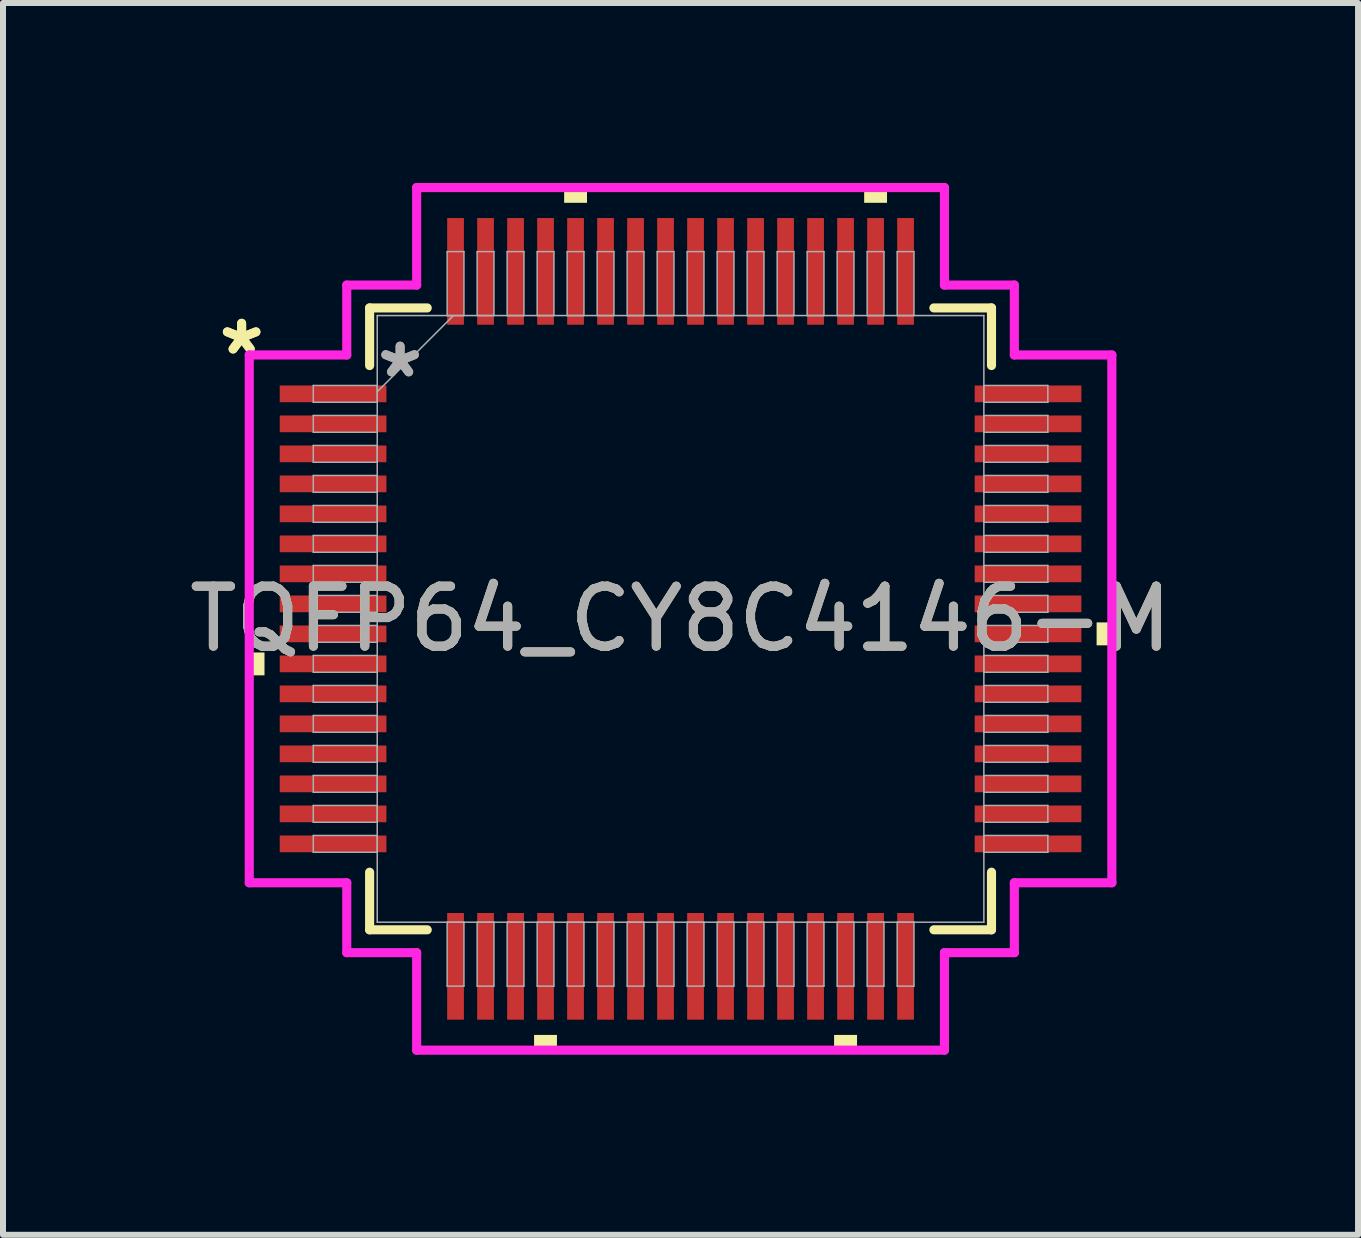
<source format=kicad_pcb>
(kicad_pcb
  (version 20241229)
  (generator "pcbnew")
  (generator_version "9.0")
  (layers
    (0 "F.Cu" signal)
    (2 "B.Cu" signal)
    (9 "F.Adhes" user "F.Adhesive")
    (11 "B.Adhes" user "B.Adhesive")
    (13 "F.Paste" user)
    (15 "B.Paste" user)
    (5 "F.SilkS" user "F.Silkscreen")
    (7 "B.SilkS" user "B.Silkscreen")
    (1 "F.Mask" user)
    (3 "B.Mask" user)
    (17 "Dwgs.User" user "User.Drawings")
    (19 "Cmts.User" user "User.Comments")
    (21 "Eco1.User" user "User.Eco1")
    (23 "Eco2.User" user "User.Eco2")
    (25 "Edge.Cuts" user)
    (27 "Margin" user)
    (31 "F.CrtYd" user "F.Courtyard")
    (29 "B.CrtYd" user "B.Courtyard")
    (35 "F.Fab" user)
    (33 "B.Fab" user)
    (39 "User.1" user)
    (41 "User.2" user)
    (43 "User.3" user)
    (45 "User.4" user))
  (footprint "TQFP64_CY8C4146-M"
    (layer "F.Cu")
    (at 8.292 7.264)
    (property "Reference" "TQFP64_CY8C4146-M" (at 0 0 0) (unlocked yes) (layer "F.SilkS") (effects (font (size 1 1) (thickness 0.15))))
    (attr smd)
    (fp_line (start -5.182 -5.182) (end -5.182 -4.222) (stroke (width 0.152) (type solid)) (layer "F.SilkS"))
    (fp_line (start -5.182 4.222) (end -5.182 5.182) (stroke (width 0.152) (type solid)) (layer "F.SilkS"))
    (fp_line (start -5.182 5.182) (end -4.222 5.182) (stroke (width 0.152) (type solid)) (layer "F.SilkS"))
    (fp_line (start -4.222 -5.182) (end -5.182 -5.182) (stroke (width 0.152) (type solid)) (layer "F.SilkS"))
    (fp_line (start 4.222 5.182) (end 5.182 5.182) (stroke (width 0.152) (type solid)) (layer "F.SilkS"))
    (fp_line (start 5.182 -5.182) (end 4.222 -5.182) (stroke (width 0.152) (type solid)) (layer "F.SilkS"))
    (fp_line (start 5.182 -4.222) (end 5.182 -5.182) (stroke (width 0.152) (type solid)) (layer "F.SilkS"))
    (fp_line (start 5.182 5.182) (end 5.182 4.222) (stroke (width 0.152) (type solid)) (layer "F.SilkS"))
    (fp_poly (pts (xy -7.188 0.56) (xy -7.188 0.941) (xy -6.934 0.941) (xy -6.934 0.56)) (stroke (width 0) (type solid)) (fill yes) (layer "F.SilkS"))
    (fp_poly (pts (xy -2.441 6.934) (xy -2.441 7.188) (xy -2.06 7.188) (xy -2.06 6.934)) (stroke (width 0) (type solid)) (fill yes) (layer "F.SilkS"))
    (fp_poly (pts (xy -1.94 -6.934) (xy -1.94 -7.188) (xy -1.559 -7.188) (xy -1.559 -6.934)) (stroke (width 0) (type solid)) (fill yes) (layer "F.SilkS"))
    (fp_poly (pts (xy 2.559 6.934) (xy 2.559 7.188) (xy 2.941 7.188) (xy 2.941 6.934)) (stroke (width 0) (type solid)) (fill yes) (layer "F.SilkS"))
    (fp_poly (pts (xy 3.06 -6.934) (xy 3.06 -7.188) (xy 3.441 -7.188) (xy 3.441 -6.934)) (stroke (width 0) (type solid)) (fill yes) (layer "F.SilkS"))
    (fp_poly (pts (xy 7.188 0.059) (xy 7.188 0.441) (xy 6.934 0.441) (xy 6.934 0.059)) (stroke (width 0) (type solid)) (fill yes) (layer "F.SilkS"))
    (fp_line (start -7.188 -4.398) (end -5.563 -4.398) (stroke (width 0.152) (type solid)) (layer "F.CrtYd"))
    (fp_line (start -7.188 4.398) (end -7.188 -4.398) (stroke (width 0.152) (type solid)) (layer "F.CrtYd"))
    (fp_line (start -5.563 -5.563) (end -4.398 -5.563) (stroke (width 0.152) (type solid)) (layer "F.CrtYd"))
    (fp_line (start -5.563 -4.398) (end -5.563 -5.563) (stroke (width 0.152) (type solid)) (layer "F.CrtYd"))
    (fp_line (start -5.563 4.398) (end -7.188 4.398) (stroke (width 0.152) (type solid)) (layer "F.CrtYd"))
    (fp_line (start -5.563 5.563) (end -5.563 4.398) (stroke (width 0.152) (type solid)) (layer "F.CrtYd"))
    (fp_line (start -5.563 5.563) (end -4.398 5.563) (stroke (width 0.152) (type solid)) (layer "F.CrtYd"))
    (fp_line (start -4.398 -7.188) (end 4.398 -7.188) (stroke (width 0.152) (type solid)) (layer "F.CrtYd"))
    (fp_line (start -4.398 -5.563) (end -4.398 -7.188) (stroke (width 0.152) (type solid)) (layer "F.CrtYd"))
    (fp_line (start -4.398 5.563) (end -4.398 7.188) (stroke (width 0.152) (type solid)) (layer "F.CrtYd"))
    (fp_line (start -4.398 7.188) (end 4.398 7.188) (stroke (width 0.152) (type solid)) (layer "F.CrtYd"))
    (fp_line (start 4.398 -7.188) (end 4.398 -5.563) (stroke (width 0.152) (type solid)) (layer "F.CrtYd"))
    (fp_line (start 4.398 -5.563) (end 5.563 -5.563) (stroke (width 0.152) (type solid)) (layer "F.CrtYd"))
    (fp_line (start 4.398 5.563) (end 5.563 5.563) (stroke (width 0.152) (type solid)) (layer "F.CrtYd"))
    (fp_line (start 4.398 7.188) (end 4.398 5.563) (stroke (width 0.152) (type solid)) (layer "F.CrtYd"))
    (fp_line (start 5.563 -4.398) (end 5.563 -5.563) (stroke (width 0.152) (type solid)) (layer "F.CrtYd"))
    (fp_line (start 5.563 4.398) (end 7.188 4.398) (stroke (width 0.152) (type solid)) (layer "F.CrtYd"))
    (fp_line (start 5.563 5.563) (end 5.563 4.398) (stroke (width 0.152) (type solid)) (layer "F.CrtYd"))
    (fp_line (start 7.188 -4.398) (end 5.563 -4.398) (stroke (width 0.152) (type solid)) (layer "F.CrtYd"))
    (fp_line (start 7.188 4.398) (end 7.188 -4.398) (stroke (width 0.152) (type solid)) (layer "F.CrtYd"))
    (fp_line (start -6.121 -3.89) (end -6.121 -3.61) (stroke (width 0.025) (type solid)) (layer "F.Fab"))
    (fp_line (start -6.121 -3.61) (end -5.055 -3.61) (stroke (width 0.025) (type solid)) (layer "F.Fab"))
    (fp_line (start -6.121 -3.39) (end -6.121 -3.11) (stroke (width 0.025) (type solid)) (layer "F.Fab"))
    (fp_line (start -6.121 -3.11) (end -5.055 -3.11) (stroke (width 0.025) (type solid)) (layer "F.Fab"))
    (fp_line (start -6.121 -2.89) (end -6.121 -2.61) (stroke (width 0.025) (type solid)) (layer "F.Fab"))
    (fp_line (start -6.121 -2.61) (end -5.055 -2.61) (stroke (width 0.025) (type solid)) (layer "F.Fab"))
    (fp_line (start -6.121 -2.39) (end -6.121 -2.11) (stroke (width 0.025) (type solid)) (layer "F.Fab"))
    (fp_line (start -6.121 -2.11) (end -5.055 -2.11) (stroke (width 0.025) (type solid)) (layer "F.Fab"))
    (fp_line (start -6.121 -1.89) (end -6.121 -1.61) (stroke (width 0.025) (type solid)) (layer "F.Fab"))
    (fp_line (start -6.121 -1.61) (end -5.055 -1.61) (stroke (width 0.025) (type solid)) (layer "F.Fab"))
    (fp_line (start -6.121 -1.39) (end -6.121 -1.11) (stroke (width 0.025) (type solid)) (layer "F.Fab"))
    (fp_line (start -6.121 -1.11) (end -5.055 -1.11) (stroke (width 0.025) (type solid)) (layer "F.Fab"))
    (fp_line (start -6.121 -0.89) (end -6.121 -0.61) (stroke (width 0.025) (type solid)) (layer "F.Fab"))
    (fp_line (start -6.121 -0.61) (end -5.055 -0.61) (stroke (width 0.025) (type solid)) (layer "F.Fab"))
    (fp_line (start -6.121 -0.39) (end -6.121 -0.11) (stroke (width 0.025) (type solid)) (layer "F.Fab"))
    (fp_line (start -6.121 -0.11) (end -5.055 -0.11) (stroke (width 0.025) (type solid)) (layer "F.Fab"))
    (fp_line (start -6.121 0.11) (end -6.121 0.39) (stroke (width 0.025) (type solid)) (layer "F.Fab"))
    (fp_line (start -6.121 0.39) (end -5.055 0.39) (stroke (width 0.025) (type solid)) (layer "F.Fab"))
    (fp_line (start -6.121 0.61) (end -6.121 0.89) (stroke (width 0.025) (type solid)) (layer "F.Fab"))
    (fp_line (start -6.121 0.89) (end -5.055 0.89) (stroke (width 0.025) (type solid)) (layer "F.Fab"))
    (fp_line (start -6.121 1.11) (end -6.121 1.39) (stroke (width 0.025) (type solid)) (layer "F.Fab"))
    (fp_line (start -6.121 1.39) (end -5.055 1.39) (stroke (width 0.025) (type solid)) (layer "F.Fab"))
    (fp_line (start -6.121 1.61) (end -6.121 1.89) (stroke (width 0.025) (type solid)) (layer "F.Fab"))
    (fp_line (start -6.121 1.89) (end -5.055 1.89) (stroke (width 0.025) (type solid)) (layer "F.Fab"))
    (fp_line (start -6.121 2.11) (end -6.121 2.39) (stroke (width 0.025) (type solid)) (layer "F.Fab"))
    (fp_line (start -6.121 2.39) (end -5.055 2.39) (stroke (width 0.025) (type solid)) (layer "F.Fab"))
    (fp_line (start -6.121 2.61) (end -6.121 2.89) (stroke (width 0.025) (type solid)) (layer "F.Fab"))
    (fp_line (start -6.121 2.89) (end -5.055 2.89) (stroke (width 0.025) (type solid)) (layer "F.Fab"))
    (fp_line (start -6.121 3.11) (end -6.121 3.39) (stroke (width 0.025) (type solid)) (layer "F.Fab"))
    (fp_line (start -6.121 3.39) (end -5.055 3.39) (stroke (width 0.025) (type solid)) (layer "F.Fab"))
    (fp_line (start -6.121 3.61) (end -6.121 3.89) (stroke (width 0.025) (type solid)) (layer "F.Fab"))
    (fp_line (start -6.121 3.89) (end -5.055 3.89) (stroke (width 0.025) (type solid)) (layer "F.Fab"))
    (fp_line (start -5.055 -5.055) (end -5.055 5.055) (stroke (width 0.025) (type solid)) (layer "F.Fab"))
    (fp_line (start -5.055 -3.89) (end -6.121 -3.89) (stroke (width 0.025) (type solid)) (layer "F.Fab"))
    (fp_line (start -5.055 -3.785) (end -3.785 -5.055) (stroke (width 0.025) (type solid)) (layer "F.Fab"))
    (fp_line (start -5.055 -3.61) (end -5.055 -3.89) (stroke (width 0.025) (type solid)) (layer "F.Fab"))
    (fp_line (start -5.055 -3.39) (end -6.121 -3.39) (stroke (width 0.025) (type solid)) (layer "F.Fab"))
    (fp_line (start -5.055 -3.11) (end -5.055 -3.39) (stroke (width 0.025) (type solid)) (layer "F.Fab"))
    (fp_line (start -5.055 -2.89) (end -6.121 -2.89) (stroke (width 0.025) (type solid)) (layer "F.Fab"))
    (fp_line (start -5.055 -2.61) (end -5.055 -2.89) (stroke (width 0.025) (type solid)) (layer "F.Fab"))
    (fp_line (start -5.055 -2.39) (end -6.121 -2.39) (stroke (width 0.025) (type solid)) (layer "F.Fab"))
    (fp_line (start -5.055 -2.11) (end -5.055 -2.39) (stroke (width 0.025) (type solid)) (layer "F.Fab"))
    (fp_line (start -5.055 -1.89) (end -6.121 -1.89) (stroke (width 0.025) (type solid)) (layer "F.Fab"))
    (fp_line (start -5.055 -1.61) (end -5.055 -1.89) (stroke (width 0.025) (type solid)) (layer "F.Fab"))
    (fp_line (start -5.055 -1.39) (end -6.121 -1.39) (stroke (width 0.025) (type solid)) (layer "F.Fab"))
    (fp_line (start -5.055 -1.11) (end -5.055 -1.39) (stroke (width 0.025) (type solid)) (layer "F.Fab"))
    (fp_line (start -5.055 -0.89) (end -6.121 -0.89) (stroke (width 0.025) (type solid)) (layer "F.Fab"))
    (fp_line (start -5.055 -0.61) (end -5.055 -0.89) (stroke (width 0.025) (type solid)) (layer "F.Fab"))
    (fp_line (start -5.055 -0.39) (end -6.121 -0.39) (stroke (width 0.025) (type solid)) (layer "F.Fab"))
    (fp_line (start -5.055 -0.11) (end -5.055 -0.39) (stroke (width 0.025) (type solid)) (layer "F.Fab"))
    (fp_line (start -5.055 0.11) (end -6.121 0.11) (stroke (width 0.025) (type solid)) (layer "F.Fab"))
    (fp_line (start -5.055 0.39) (end -5.055 0.11) (stroke (width 0.025) (type solid)) (layer "F.Fab"))
    (fp_line (start -5.055 0.61) (end -6.121 0.61) (stroke (width 0.025) (type solid)) (layer "F.Fab"))
    (fp_line (start -5.055 0.89) (end -5.055 0.61) (stroke (width 0.025) (type solid)) (layer "F.Fab"))
    (fp_line (start -5.055 1.11) (end -6.121 1.11) (stroke (width 0.025) (type solid)) (layer "F.Fab"))
    (fp_line (start -5.055 1.39) (end -5.055 1.11) (stroke (width 0.025) (type solid)) (layer "F.Fab"))
    (fp_line (start -5.055 1.61) (end -6.121 1.61) (stroke (width 0.025) (type solid)) (layer "F.Fab"))
    (fp_line (start -5.055 1.89) (end -5.055 1.61) (stroke (width 0.025) (type solid)) (layer "F.Fab"))
    (fp_line (start -5.055 2.11) (end -6.121 2.11) (stroke (width 0.025) (type solid)) (layer "F.Fab"))
    (fp_line (start -5.055 2.39) (end -5.055 2.11) (stroke (width 0.025) (type solid)) (layer "F.Fab"))
    (fp_line (start -5.055 2.61) (end -6.121 2.61) (stroke (width 0.025) (type solid)) (layer "F.Fab"))
    (fp_line (start -5.055 2.89) (end -5.055 2.61) (stroke (width 0.025) (type solid)) (layer "F.Fab"))
    (fp_line (start -5.055 3.11) (end -6.121 3.11) (stroke (width 0.025) (type solid)) (layer "F.Fab"))
    (fp_line (start -5.055 3.39) (end -5.055 3.11) (stroke (width 0.025) (type solid)) (layer "F.Fab"))
    (fp_line (start -5.055 3.61) (end -6.121 3.61) (stroke (width 0.025) (type solid)) (layer "F.Fab"))
    (fp_line (start -5.055 3.89) (end -5.055 3.61) (stroke (width 0.025) (type solid)) (layer "F.Fab"))
    (fp_line (start -5.055 5.055) (end 5.055 5.055) (stroke (width 0.025) (type solid)) (layer "F.Fab"))
    (fp_line (start -3.89 -6.121) (end -3.89 -5.055) (stroke (width 0.025) (type solid)) (layer "F.Fab"))
    (fp_line (start -3.89 -5.055) (end -3.61 -5.055) (stroke (width 0.025) (type solid)) (layer "F.Fab"))
    (fp_line (start -3.89 5.055) (end -3.89 6.121) (stroke (width 0.025) (type solid)) (layer "F.Fab"))
    (fp_line (start -3.89 6.121) (end -3.61 6.121) (stroke (width 0.025) (type solid)) (layer "F.Fab"))
    (fp_line (start -3.61 -6.121) (end -3.89 -6.121) (stroke (width 0.025) (type solid)) (layer "F.Fab"))
    (fp_line (start -3.61 -5.055) (end -3.61 -6.121) (stroke (width 0.025) (type solid)) (layer "F.Fab"))
    (fp_line (start -3.61 5.055) (end -3.89 5.055) (stroke (width 0.025) (type solid)) (layer "F.Fab"))
    (fp_line (start -3.61 6.121) (end -3.61 5.055) (stroke (width 0.025) (type solid)) (layer "F.Fab"))
    (fp_line (start -3.39 -6.121) (end -3.39 -5.055) (stroke (width 0.025) (type solid)) (layer "F.Fab"))
    (fp_line (start -3.39 -5.055) (end -3.11 -5.055) (stroke (width 0.025) (type solid)) (layer "F.Fab"))
    (fp_line (start -3.39 5.055) (end -3.39 6.121) (stroke (width 0.025) (type solid)) (layer "F.Fab"))
    (fp_line (start -3.39 6.121) (end -3.11 6.121) (stroke (width 0.025) (type solid)) (layer "F.Fab"))
    (fp_line (start -3.11 -6.121) (end -3.39 -6.121) (stroke (width 0.025) (type solid)) (layer "F.Fab"))
    (fp_line (start -3.11 -5.055) (end -3.11 -6.121) (stroke (width 0.025) (type solid)) (layer "F.Fab"))
    (fp_line (start -3.11 5.055) (end -3.39 5.055) (stroke (width 0.025) (type solid)) (layer "F.Fab"))
    (fp_line (start -3.11 6.121) (end -3.11 5.055) (stroke (width 0.025) (type solid)) (layer "F.Fab"))
    (fp_line (start -2.89 -6.121) (end -2.89 -5.055) (stroke (width 0.025) (type solid)) (layer "F.Fab"))
    (fp_line (start -2.89 -5.055) (end -2.61 -5.055) (stroke (width 0.025) (type solid)) (layer "F.Fab"))
    (fp_line (start -2.89 5.055) (end -2.89 6.121) (stroke (width 0.025) (type solid)) (layer "F.Fab"))
    (fp_line (start -2.89 6.121) (end -2.61 6.121) (stroke (width 0.025) (type solid)) (layer "F.Fab"))
    (fp_line (start -2.61 -6.121) (end -2.89 -6.121) (stroke (width 0.025) (type solid)) (layer "F.Fab"))
    (fp_line (start -2.61 -5.055) (end -2.61 -6.121) (stroke (width 0.025) (type solid)) (layer "F.Fab"))
    (fp_line (start -2.61 5.055) (end -2.89 5.055) (stroke (width 0.025) (type solid)) (layer "F.Fab"))
    (fp_line (start -2.61 6.121) (end -2.61 5.055) (stroke (width 0.025) (type solid)) (layer "F.Fab"))
    (fp_line (start -2.39 -6.121) (end -2.39 -5.055) (stroke (width 0.025) (type solid)) (layer "F.Fab"))
    (fp_line (start -2.39 -5.055) (end -2.11 -5.055) (stroke (width 0.025) (type solid)) (layer "F.Fab"))
    (fp_line (start -2.39 5.055) (end -2.39 6.121) (stroke (width 0.025) (type solid)) (layer "F.Fab"))
    (fp_line (start -2.39 6.121) (end -2.11 6.121) (stroke (width 0.025) (type solid)) (layer "F.Fab"))
    (fp_line (start -2.11 -6.121) (end -2.39 -6.121) (stroke (width 0.025) (type solid)) (layer "F.Fab"))
    (fp_line (start -2.11 -5.055) (end -2.11 -6.121) (stroke (width 0.025) (type solid)) (layer "F.Fab"))
    (fp_line (start -2.11 5.055) (end -2.39 5.055) (stroke (width 0.025) (type solid)) (layer "F.Fab"))
    (fp_line (start -2.11 6.121) (end -2.11 5.055) (stroke (width 0.025) (type solid)) (layer "F.Fab"))
    (fp_line (start -1.89 -6.121) (end -1.89 -5.055) (stroke (width 0.025) (type solid)) (layer "F.Fab"))
    (fp_line (start -1.89 -5.055) (end -1.61 -5.055) (stroke (width 0.025) (type solid)) (layer "F.Fab"))
    (fp_line (start -1.89 5.055) (end -1.89 6.121) (stroke (width 0.025) (type solid)) (layer "F.Fab"))
    (fp_line (start -1.89 6.121) (end -1.61 6.121) (stroke (width 0.025) (type solid)) (layer "F.Fab"))
    (fp_line (start -1.61 -6.121) (end -1.89 -6.121) (stroke (width 0.025) (type solid)) (layer "F.Fab"))
    (fp_line (start -1.61 -5.055) (end -1.61 -6.121) (stroke (width 0.025) (type solid)) (layer "F.Fab"))
    (fp_line (start -1.61 5.055) (end -1.89 5.055) (stroke (width 0.025) (type solid)) (layer "F.Fab"))
    (fp_line (start -1.61 6.121) (end -1.61 5.055) (stroke (width 0.025) (type solid)) (layer "F.Fab"))
    (fp_line (start -1.39 -6.121) (end -1.39 -5.055) (stroke (width 0.025) (type solid)) (layer "F.Fab"))
    (fp_line (start -1.39 -5.055) (end -1.11 -5.055) (stroke (width 0.025) (type solid)) (layer "F.Fab"))
    (fp_line (start -1.39 5.055) (end -1.39 6.121) (stroke (width 0.025) (type solid)) (layer "F.Fab"))
    (fp_line (start -1.39 6.121) (end -1.11 6.121) (stroke (width 0.025) (type solid)) (layer "F.Fab"))
    (fp_line (start -1.11 -6.121) (end -1.39 -6.121) (stroke (width 0.025) (type solid)) (layer "F.Fab"))
    (fp_line (start -1.11 -5.055) (end -1.11 -6.121) (stroke (width 0.025) (type solid)) (layer "F.Fab"))
    (fp_line (start -1.11 5.055) (end -1.39 5.055) (stroke (width 0.025) (type solid)) (layer "F.Fab"))
    (fp_line (start -1.11 6.121) (end -1.11 5.055) (stroke (width 0.025) (type solid)) (layer "F.Fab"))
    (fp_line (start -0.89 -6.121) (end -0.89 -5.055) (stroke (width 0.025) (type solid)) (layer "F.Fab"))
    (fp_line (start -0.89 -5.055) (end -0.61 -5.055) (stroke (width 0.025) (type solid)) (layer "F.Fab"))
    (fp_line (start -0.89 5.055) (end -0.89 6.121) (stroke (width 0.025) (type solid)) (layer "F.Fab"))
    (fp_line (start -0.89 6.121) (end -0.61 6.121) (stroke (width 0.025) (type solid)) (layer "F.Fab"))
    (fp_line (start -0.61 -6.121) (end -0.89 -6.121) (stroke (width 0.025) (type solid)) (layer "F.Fab"))
    (fp_line (start -0.61 -5.055) (end -0.61 -6.121) (stroke (width 0.025) (type solid)) (layer "F.Fab"))
    (fp_line (start -0.61 5.055) (end -0.89 5.055) (stroke (width 0.025) (type solid)) (layer "F.Fab"))
    (fp_line (start -0.61 6.121) (end -0.61 5.055) (stroke (width 0.025) (type solid)) (layer "F.Fab"))
    (fp_line (start -0.39 -6.121) (end -0.39 -5.055) (stroke (width 0.025) (type solid)) (layer "F.Fab"))
    (fp_line (start -0.39 -5.055) (end -0.11 -5.055) (stroke (width 0.025) (type solid)) (layer "F.Fab"))
    (fp_line (start -0.39 5.055) (end -0.39 6.121) (stroke (width 0.025) (type solid)) (layer "F.Fab"))
    (fp_line (start -0.39 6.121) (end -0.11 6.121) (stroke (width 0.025) (type solid)) (layer "F.Fab"))
    (fp_line (start -0.11 -6.121) (end -0.39 -6.121) (stroke (width 0.025) (type solid)) (layer "F.Fab"))
    (fp_line (start -0.11 -5.055) (end -0.11 -6.121) (stroke (width 0.025) (type solid)) (layer "F.Fab"))
    (fp_line (start -0.11 5.055) (end -0.39 5.055) (stroke (width 0.025) (type solid)) (layer "F.Fab"))
    (fp_line (start -0.11 6.121) (end -0.11 5.055) (stroke (width 0.025) (type solid)) (layer "F.Fab"))
    (fp_line (start 0.11 -6.121) (end 0.11 -5.055) (stroke (width 0.025) (type solid)) (layer "F.Fab"))
    (fp_line (start 0.11 -5.055) (end 0.39 -5.055) (stroke (width 0.025) (type solid)) (layer "F.Fab"))
    (fp_line (start 0.11 5.055) (end 0.11 6.121) (stroke (width 0.025) (type solid)) (layer "F.Fab"))
    (fp_line (start 0.11 6.121) (end 0.39 6.121) (stroke (width 0.025) (type solid)) (layer "F.Fab"))
    (fp_line (start 0.39 -6.121) (end 0.11 -6.121) (stroke (width 0.025) (type solid)) (layer "F.Fab"))
    (fp_line (start 0.39 -5.055) (end 0.39 -6.121) (stroke (width 0.025) (type solid)) (layer "F.Fab"))
    (fp_line (start 0.39 5.055) (end 0.11 5.055) (stroke (width 0.025) (type solid)) (layer "F.Fab"))
    (fp_line (start 0.39 6.121) (end 0.39 5.055) (stroke (width 0.025) (type solid)) (layer "F.Fab"))
    (fp_line (start 0.61 -6.121) (end 0.61 -5.055) (stroke (width 0.025) (type solid)) (layer "F.Fab"))
    (fp_line (start 0.61 -5.055) (end 0.89 -5.055) (stroke (width 0.025) (type solid)) (layer "F.Fab"))
    (fp_line (start 0.61 5.055) (end 0.61 6.121) (stroke (width 0.025) (type solid)) (layer "F.Fab"))
    (fp_line (start 0.61 6.121) (end 0.89 6.121) (stroke (width 0.025) (type solid)) (layer "F.Fab"))
    (fp_line (start 0.89 -6.121) (end 0.61 -6.121) (stroke (width 0.025) (type solid)) (layer "F.Fab"))
    (fp_line (start 0.89 -5.055) (end 0.89 -6.121) (stroke (width 0.025) (type solid)) (layer "F.Fab"))
    (fp_line (start 0.89 5.055) (end 0.61 5.055) (stroke (width 0.025) (type solid)) (layer "F.Fab"))
    (fp_line (start 0.89 6.121) (end 0.89 5.055) (stroke (width 0.025) (type solid)) (layer "F.Fab"))
    (fp_line (start 1.11 -6.121) (end 1.11 -5.055) (stroke (width 0.025) (type solid)) (layer "F.Fab"))
    (fp_line (start 1.11 -5.055) (end 1.39 -5.055) (stroke (width 0.025) (type solid)) (layer "F.Fab"))
    (fp_line (start 1.11 5.055) (end 1.11 6.121) (stroke (width 0.025) (type solid)) (layer "F.Fab"))
    (fp_line (start 1.11 6.121) (end 1.39 6.121) (stroke (width 0.025) (type solid)) (layer "F.Fab"))
    (fp_line (start 1.39 -6.121) (end 1.11 -6.121) (stroke (width 0.025) (type solid)) (layer "F.Fab"))
    (fp_line (start 1.39 -5.055) (end 1.39 -6.121) (stroke (width 0.025) (type solid)) (layer "F.Fab"))
    (fp_line (start 1.39 5.055) (end 1.11 5.055) (stroke (width 0.025) (type solid)) (layer "F.Fab"))
    (fp_line (start 1.39 6.121) (end 1.39 5.055) (stroke (width 0.025) (type solid)) (layer "F.Fab"))
    (fp_line (start 1.61 -6.121) (end 1.61 -5.055) (stroke (width 0.025) (type solid)) (layer "F.Fab"))
    (fp_line (start 1.61 -5.055) (end 1.89 -5.055) (stroke (width 0.025) (type solid)) (layer "F.Fab"))
    (fp_line (start 1.61 5.055) (end 1.61 6.121) (stroke (width 0.025) (type solid)) (layer "F.Fab"))
    (fp_line (start 1.61 6.121) (end 1.89 6.121) (stroke (width 0.025) (type solid)) (layer "F.Fab"))
    (fp_line (start 1.89 -6.121) (end 1.61 -6.121) (stroke (width 0.025) (type solid)) (layer "F.Fab"))
    (fp_line (start 1.89 -5.055) (end 1.89 -6.121) (stroke (width 0.025) (type solid)) (layer "F.Fab"))
    (fp_line (start 1.89 5.055) (end 1.61 5.055) (stroke (width 0.025) (type solid)) (layer "F.Fab"))
    (fp_line (start 1.89 6.121) (end 1.89 5.055) (stroke (width 0.025) (type solid)) (layer "F.Fab"))
    (fp_line (start 2.11 -6.121) (end 2.11 -5.055) (stroke (width 0.025) (type solid)) (layer "F.Fab"))
    (fp_line (start 2.11 -5.055) (end 2.39 -5.055) (stroke (width 0.025) (type solid)) (layer "F.Fab"))
    (fp_line (start 2.11 5.055) (end 2.11 6.121) (stroke (width 0.025) (type solid)) (layer "F.Fab"))
    (fp_line (start 2.11 6.121) (end 2.39 6.121) (stroke (width 0.025) (type solid)) (layer "F.Fab"))
    (fp_line (start 2.39 -6.121) (end 2.11 -6.121) (stroke (width 0.025) (type solid)) (layer "F.Fab"))
    (fp_line (start 2.39 -5.055) (end 2.39 -6.121) (stroke (width 0.025) (type solid)) (layer "F.Fab"))
    (fp_line (start 2.39 5.055) (end 2.11 5.055) (stroke (width 0.025) (type solid)) (layer "F.Fab"))
    (fp_line (start 2.39 6.121) (end 2.39 5.055) (stroke (width 0.025) (type solid)) (layer "F.Fab"))
    (fp_line (start 2.61 -6.121) (end 2.61 -5.055) (stroke (width 0.025) (type solid)) (layer "F.Fab"))
    (fp_line (start 2.61 -5.055) (end 2.89 -5.055) (stroke (width 0.025) (type solid)) (layer "F.Fab"))
    (fp_line (start 2.61 5.055) (end 2.61 6.121) (stroke (width 0.025) (type solid)) (layer "F.Fab"))
    (fp_line (start 2.61 6.121) (end 2.89 6.121) (stroke (width 0.025) (type solid)) (layer "F.Fab"))
    (fp_line (start 2.89 -6.121) (end 2.61 -6.121) (stroke (width 0.025) (type solid)) (layer "F.Fab"))
    (fp_line (start 2.89 -5.055) (end 2.89 -6.121) (stroke (width 0.025) (type solid)) (layer "F.Fab"))
    (fp_line (start 2.89 5.055) (end 2.61 5.055) (stroke (width 0.025) (type solid)) (layer "F.Fab"))
    (fp_line (start 2.89 6.121) (end 2.89 5.055) (stroke (width 0.025) (type solid)) (layer "F.Fab"))
    (fp_line (start 3.11 -6.121) (end 3.11 -5.055) (stroke (width 0.025) (type solid)) (layer "F.Fab"))
    (fp_line (start 3.11 -5.055) (end 3.39 -5.055) (stroke (width 0.025) (type solid)) (layer "F.Fab"))
    (fp_line (start 3.11 5.055) (end 3.11 6.121) (stroke (width 0.025) (type solid)) (layer "F.Fab"))
    (fp_line (start 3.11 6.121) (end 3.39 6.121) (stroke (width 0.025) (type solid)) (layer "F.Fab"))
    (fp_line (start 3.39 -6.121) (end 3.11 -6.121) (stroke (width 0.025) (type solid)) (layer "F.Fab"))
    (fp_line (start 3.39 -5.055) (end 3.39 -6.121) (stroke (width 0.025) (type solid)) (layer "F.Fab"))
    (fp_line (start 3.39 5.055) (end 3.11 5.055) (stroke (width 0.025) (type solid)) (layer "F.Fab"))
    (fp_line (start 3.39 6.121) (end 3.39 5.055) (stroke (width 0.025) (type solid)) (layer "F.Fab"))
    (fp_line (start 3.61 -6.121) (end 3.61 -5.055) (stroke (width 0.025) (type solid)) (layer "F.Fab"))
    (fp_line (start 3.61 -5.055) (end 3.89 -5.055) (stroke (width 0.025) (type solid)) (layer "F.Fab"))
    (fp_line (start 3.61 5.055) (end 3.61 6.121) (stroke (width 0.025) (type solid)) (layer "F.Fab"))
    (fp_line (start 3.61 6.121) (end 3.89 6.121) (stroke (width 0.025) (type solid)) (layer "F.Fab"))
    (fp_line (start 3.89 -6.121) (end 3.61 -6.121) (stroke (width 0.025) (type solid)) (layer "F.Fab"))
    (fp_line (start 3.89 -5.055) (end 3.89 -6.121) (stroke (width 0.025) (type solid)) (layer "F.Fab"))
    (fp_line (start 3.89 5.055) (end 3.61 5.055) (stroke (width 0.025) (type solid)) (layer "F.Fab"))
    (fp_line (start 3.89 6.121) (end 3.89 5.055) (stroke (width 0.025) (type solid)) (layer "F.Fab"))
    (fp_line (start 5.055 -5.055) (end -5.055 -5.055) (stroke (width 0.025) (type solid)) (layer "F.Fab"))
    (fp_line (start 5.055 -3.89) (end 5.055 -3.61) (stroke (width 0.025) (type solid)) (layer "F.Fab"))
    (fp_line (start 5.055 -3.61) (end 6.121 -3.61) (stroke (width 0.025) (type solid)) (layer "F.Fab"))
    (fp_line (start 5.055 -3.39) (end 5.055 -3.11) (stroke (width 0.025) (type solid)) (layer "F.Fab"))
    (fp_line (start 5.055 -3.11) (end 6.121 -3.11) (stroke (width 0.025) (type solid)) (layer "F.Fab"))
    (fp_line (start 5.055 -2.89) (end 5.055 -2.61) (stroke (width 0.025) (type solid)) (layer "F.Fab"))
    (fp_line (start 5.055 -2.61) (end 6.121 -2.61) (stroke (width 0.025) (type solid)) (layer "F.Fab"))
    (fp_line (start 5.055 -2.39) (end 5.055 -2.11) (stroke (width 0.025) (type solid)) (layer "F.Fab"))
    (fp_line (start 5.055 -2.11) (end 6.121 -2.11) (stroke (width 0.025) (type solid)) (layer "F.Fab"))
    (fp_line (start 5.055 -1.89) (end 5.055 -1.61) (stroke (width 0.025) (type solid)) (layer "F.Fab"))
    (fp_line (start 5.055 -1.61) (end 6.121 -1.61) (stroke (width 0.025) (type solid)) (layer "F.Fab"))
    (fp_line (start 5.055 -1.39) (end 5.055 -1.11) (stroke (width 0.025) (type solid)) (layer "F.Fab"))
    (fp_line (start 5.055 -1.11) (end 6.121 -1.11) (stroke (width 0.025) (type solid)) (layer "F.Fab"))
    (fp_line (start 5.055 -0.89) (end 5.055 -0.61) (stroke (width 0.025) (type solid)) (layer "F.Fab"))
    (fp_line (start 5.055 -0.61) (end 6.121 -0.61) (stroke (width 0.025) (type solid)) (layer "F.Fab"))
    (fp_line (start 5.055 -0.39) (end 5.055 -0.11) (stroke (width 0.025) (type solid)) (layer "F.Fab"))
    (fp_line (start 5.055 -0.11) (end 6.121 -0.11) (stroke (width 0.025) (type solid)) (layer "F.Fab"))
    (fp_line (start 5.055 0.11) (end 5.055 0.39) (stroke (width 0.025) (type solid)) (layer "F.Fab"))
    (fp_line (start 5.055 0.39) (end 6.121 0.39) (stroke (width 0.025) (type solid)) (layer "F.Fab"))
    (fp_line (start 5.055 0.61) (end 5.055 0.89) (stroke (width 0.025) (type solid)) (layer "F.Fab"))
    (fp_line (start 5.055 0.89) (end 6.121 0.89) (stroke (width 0.025) (type solid)) (layer "F.Fab"))
    (fp_line (start 5.055 1.11) (end 5.055 1.39) (stroke (width 0.025) (type solid)) (layer "F.Fab"))
    (fp_line (start 5.055 1.39) (end 6.121 1.39) (stroke (width 0.025) (type solid)) (layer "F.Fab"))
    (fp_line (start 5.055 1.61) (end 5.055 1.89) (stroke (width 0.025) (type solid)) (layer "F.Fab"))
    (fp_line (start 5.055 1.89) (end 6.121 1.89) (stroke (width 0.025) (type solid)) (layer "F.Fab"))
    (fp_line (start 5.055 2.11) (end 5.055 2.39) (stroke (width 0.025) (type solid)) (layer "F.Fab"))
    (fp_line (start 5.055 2.39) (end 6.121 2.39) (stroke (width 0.025) (type solid)) (layer "F.Fab"))
    (fp_line (start 5.055 2.61) (end 5.055 2.89) (stroke (width 0.025) (type solid)) (layer "F.Fab"))
    (fp_line (start 5.055 2.89) (end 6.121 2.89) (stroke (width 0.025) (type solid)) (layer "F.Fab"))
    (fp_line (start 5.055 3.11) (end 5.055 3.39) (stroke (width 0.025) (type solid)) (layer "F.Fab"))
    (fp_line (start 5.055 3.39) (end 6.121 3.39) (stroke (width 0.025) (type solid)) (layer "F.Fab"))
    (fp_line (start 5.055 3.61) (end 5.055 3.89) (stroke (width 0.025) (type solid)) (layer "F.Fab"))
    (fp_line (start 5.055 3.89) (end 6.121 3.89) (stroke (width 0.025) (type solid)) (layer "F.Fab"))
    (fp_line (start 5.055 5.055) (end 5.055 -5.055) (stroke (width 0.025) (type solid)) (layer "F.Fab"))
    (fp_line (start 6.121 -3.89) (end 5.055 -3.89) (stroke (width 0.025) (type solid)) (layer "F.Fab"))
    (fp_line (start 6.121 -3.61) (end 6.121 -3.89) (stroke (width 0.025) (type solid)) (layer "F.Fab"))
    (fp_line (start 6.121 -3.39) (end 5.055 -3.39) (stroke (width 0.025) (type solid)) (layer "F.Fab"))
    (fp_line (start 6.121 -3.11) (end 6.121 -3.39) (stroke (width 0.025) (type solid)) (layer "F.Fab"))
    (fp_line (start 6.121 -2.89) (end 5.055 -2.89) (stroke (width 0.025) (type solid)) (layer "F.Fab"))
    (fp_line (start 6.121 -2.61) (end 6.121 -2.89) (stroke (width 0.025) (type solid)) (layer "F.Fab"))
    (fp_line (start 6.121 -2.39) (end 5.055 -2.39) (stroke (width 0.025) (type solid)) (layer "F.Fab"))
    (fp_line (start 6.121 -2.11) (end 6.121 -2.39) (stroke (width 0.025) (type solid)) (layer "F.Fab"))
    (fp_line (start 6.121 -1.89) (end 5.055 -1.89) (stroke (width 0.025) (type solid)) (layer "F.Fab"))
    (fp_line (start 6.121 -1.61) (end 6.121 -1.89) (stroke (width 0.025) (type solid)) (layer "F.Fab"))
    (fp_line (start 6.121 -1.39) (end 5.055 -1.39) (stroke (width 0.025) (type solid)) (layer "F.Fab"))
    (fp_line (start 6.121 -1.11) (end 6.121 -1.39) (stroke (width 0.025) (type solid)) (layer "F.Fab"))
    (fp_line (start 6.121 -0.89) (end 5.055 -0.89) (stroke (width 0.025) (type solid)) (layer "F.Fab"))
    (fp_line (start 6.121 -0.61) (end 6.121 -0.89) (stroke (width 0.025) (type solid)) (layer "F.Fab"))
    (fp_line (start 6.121 -0.39) (end 5.055 -0.39) (stroke (width 0.025) (type solid)) (layer "F.Fab"))
    (fp_line (start 6.121 -0.11) (end 6.121 -0.39) (stroke (width 0.025) (type solid)) (layer "F.Fab"))
    (fp_line (start 6.121 0.11) (end 5.055 0.11) (stroke (width 0.025) (type solid)) (layer "F.Fab"))
    (fp_line (start 6.121 0.39) (end 6.121 0.11) (stroke (width 0.025) (type solid)) (layer "F.Fab"))
    (fp_line (start 6.121 0.61) (end 5.055 0.61) (stroke (width 0.025) (type solid)) (layer "F.Fab"))
    (fp_line (start 6.121 0.89) (end 6.121 0.61) (stroke (width 0.025) (type solid)) (layer "F.Fab"))
    (fp_line (start 6.121 1.11) (end 5.055 1.11) (stroke (width 0.025) (type solid)) (layer "F.Fab"))
    (fp_line (start 6.121 1.39) (end 6.121 1.11) (stroke (width 0.025) (type solid)) (layer "F.Fab"))
    (fp_line (start 6.121 1.61) (end 5.055 1.61) (stroke (width 0.025) (type solid)) (layer "F.Fab"))
    (fp_line (start 6.121 1.89) (end 6.121 1.61) (stroke (width 0.025) (type solid)) (layer "F.Fab"))
    (fp_line (start 6.121 2.11) (end 5.055 2.11) (stroke (width 0.025) (type solid)) (layer "F.Fab"))
    (fp_line (start 6.121 2.39) (end 6.121 2.11) (stroke (width 0.025) (type solid)) (layer "F.Fab"))
    (fp_line (start 6.121 2.61) (end 5.055 2.61) (stroke (width 0.025) (type solid)) (layer "F.Fab"))
    (fp_line (start 6.121 2.89) (end 6.121 2.61) (stroke (width 0.025) (type solid)) (layer "F.Fab"))
    (fp_line (start 6.121 3.11) (end 5.055 3.11) (stroke (width 0.025) (type solid)) (layer "F.Fab"))
    (fp_line (start 6.121 3.39) (end 6.121 3.11) (stroke (width 0.025) (type solid)) (layer "F.Fab"))
    (fp_line (start 6.121 3.61) (end 5.055 3.61) (stroke (width 0.025) (type solid)) (layer "F.Fab"))
    (fp_line (start 6.121 3.89) (end 6.121 3.61) (stroke (width 0.025) (type solid)) (layer "F.Fab"))
    (fp_text user "*" (at -7.315 -4.381 0) (unlocked yes) (layer "F.SilkS") (effects (font (size 1 1) (thickness 0.15))))
    (fp_text user "*" (at -7.315 -4.381 0) (layer "F.SilkS") (effects (font (size 1 1) (thickness 0.15))))
    (fp_text user "*" (at -4.674 -4 0) (unlocked yes) (layer "F.Fab") (effects (font (size 1 1) (thickness 0.15))))
    (fp_text user "${REFERENCE}" (at 0 0 0) (unlocked yes) (layer "F.Fab") (effects (font (size 1 1) (thickness 0.15))))
    (fp_text user "*" (at -4.674 -4 0) (layer "F.Fab") (effects (font (size 1 1) (thickness 0.15))))
    (pad "1" smd rect (at -5.791 -3.75 90) (size 0.279 1.778) (layers "F.Cu" "F.Mask" "F.Paste"))
    (pad "2" smd rect (at -5.791 -3.25 90) (size 0.279 1.778) (layers "F.Cu" "F.Mask" "F.Paste"))
    (pad "3" smd rect (at -5.791 -2.75 90) (size 0.279 1.778) (layers "F.Cu" "F.Mask" "F.Paste"))
    (pad "4" smd rect (at -5.791 -2.25 90) (size 0.279 1.778) (layers "F.Cu" "F.Mask" "F.Paste"))
    (pad "5" smd rect (at -5.791 -1.75 90) (size 0.279 1.778) (layers "F.Cu" "F.Mask" "F.Paste"))
    (pad "6" smd rect (at -5.791 -1.25 90) (size 0.279 1.778) (layers "F.Cu" "F.Mask" "F.Paste"))
    (pad "7" smd rect (at -5.791 -0.75 90) (size 0.279 1.778) (layers "F.Cu" "F.Mask" "F.Paste"))
    (pad "8" smd rect (at -5.791 -0.25 90) (size 0.279 1.778) (layers "F.Cu" "F.Mask" "F.Paste"))
    (pad "9" smd rect (at -5.791 0.25 90) (size 0.279 1.778) (layers "F.Cu" "F.Mask" "F.Paste"))
    (pad "10" smd rect (at -5.791 0.75 90) (size 0.279 1.778) (layers "F.Cu" "F.Mask" "F.Paste"))
    (pad "11" smd rect (at -5.791 1.25 90) (size 0.279 1.778) (layers "F.Cu" "F.Mask" "F.Paste"))
    (pad "12" smd rect (at -5.791 1.75 90) (size 0.279 1.778) (layers "F.Cu" "F.Mask" "F.Paste"))
    (pad "13" smd rect (at -5.791 2.25 90) (size 0.279 1.778) (layers "F.Cu" "F.Mask" "F.Paste"))
    (pad "14" smd rect (at -5.791 2.75 90) (size 0.279 1.778) (layers "F.Cu" "F.Mask" "F.Paste"))
    (pad "15" smd rect (at -5.791 3.25 90) (size 0.279 1.778) (layers "F.Cu" "F.Mask" "F.Paste"))
    (pad "16" smd rect (at -5.791 3.75 90) (size 0.279 1.778) (layers "F.Cu" "F.Mask" "F.Paste"))
    (pad "17" smd rect (at -3.75 5.791) (size 0.279 1.778) (layers "F.Cu" "F.Mask" "F.Paste"))
    (pad "18" smd rect (at -3.25 5.791) (size 0.279 1.778) (layers "F.Cu" "F.Mask" "F.Paste"))
    (pad "19" smd rect (at -2.75 5.791) (size 0.279 1.778) (layers "F.Cu" "F.Mask" "F.Paste"))
    (pad "20" smd rect (at -2.25 5.791) (size 0.279 1.778) (layers "F.Cu" "F.Mask" "F.Paste"))
    (pad "21" smd rect (at -1.75 5.791) (size 0.279 1.778) (layers "F.Cu" "F.Mask" "F.Paste"))
    (pad "22" smd rect (at -1.25 5.791) (size 0.279 1.778) (layers "F.Cu" "F.Mask" "F.Paste"))
    (pad "23" smd rect (at -0.75 5.791) (size 0.279 1.778) (layers "F.Cu" "F.Mask" "F.Paste"))
    (pad "24" smd rect (at -0.25 5.791) (size 0.279 1.778) (layers "F.Cu" "F.Mask" "F.Paste"))
    (pad "25" smd rect (at 0.25 5.791) (size 0.279 1.778) (layers "F.Cu" "F.Mask" "F.Paste"))
    (pad "26" smd rect (at 0.75 5.791) (size 0.279 1.778) (layers "F.Cu" "F.Mask" "F.Paste"))
    (pad "27" smd rect (at 1.25 5.791) (size 0.279 1.778) (layers "F.Cu" "F.Mask" "F.Paste"))
    (pad "28" smd rect (at 1.75 5.791) (size 0.279 1.778) (layers "F.Cu" "F.Mask" "F.Paste"))
    (pad "29" smd rect (at 2.25 5.791) (size 0.279 1.778) (layers "F.Cu" "F.Mask" "F.Paste"))
    (pad "30" smd rect (at 2.75 5.791) (size 0.279 1.778) (layers "F.Cu" "F.Mask" "F.Paste"))
    (pad "31" smd rect (at 3.25 5.791) (size 0.279 1.778) (layers "F.Cu" "F.Mask" "F.Paste"))
    (pad "32" smd rect (at 3.75 5.791) (size 0.279 1.778) (layers "F.Cu" "F.Mask" "F.Paste"))
    (pad "33" smd rect (at 5.791 3.75 90) (size 0.279 1.778) (layers "F.Cu" "F.Mask" "F.Paste"))
    (pad "34" smd rect (at 5.791 3.25 90) (size 0.279 1.778) (layers "F.Cu" "F.Mask" "F.Paste"))
    (pad "35" smd rect (at 5.791 2.75 90) (size 0.279 1.778) (layers "F.Cu" "F.Mask" "F.Paste"))
    (pad "36" smd rect (at 5.791 2.25 90) (size 0.279 1.778) (layers "F.Cu" "F.Mask" "F.Paste"))
    (pad "37" smd rect (at 5.791 1.75 90) (size 0.279 1.778) (layers "F.Cu" "F.Mask" "F.Paste"))
    (pad "38" smd rect (at 5.791 1.25 90) (size 0.279 1.778) (layers "F.Cu" "F.Mask" "F.Paste"))
    (pad "39" smd rect (at 5.791 0.75 90) (size 0.279 1.778) (layers "F.Cu" "F.Mask" "F.Paste"))
    (pad "40" smd rect (at 5.791 0.25 90) (size 0.279 1.778) (layers "F.Cu" "F.Mask" "F.Paste"))
    (pad "41" smd rect (at 5.791 -0.25 90) (size 0.279 1.778) (layers "F.Cu" "F.Mask" "F.Paste"))
    (pad "42" smd rect (at 5.791 -0.75 90) (size 0.279 1.778) (layers "F.Cu" "F.Mask" "F.Paste"))
    (pad "43" smd rect (at 5.791 -1.25 90) (size 0.279 1.778) (layers "F.Cu" "F.Mask" "F.Paste"))
    (pad "44" smd rect (at 5.791 -1.75 90) (size 0.279 1.778) (layers "F.Cu" "F.Mask" "F.Paste"))
    (pad "45" smd rect (at 5.791 -2.25 90) (size 0.279 1.778) (layers "F.Cu" "F.Mask" "F.Paste"))
    (pad "46" smd rect (at 5.791 -2.75 90) (size 0.279 1.778) (layers "F.Cu" "F.Mask" "F.Paste"))
    (pad "47" smd rect (at 5.791 -3.25 90) (size 0.279 1.778) (layers "F.Cu" "F.Mask" "F.Paste"))
    (pad "48" smd rect (at 5.791 -3.75 90) (size 0.279 1.778) (layers "F.Cu" "F.Mask" "F.Paste"))
    (pad "49" smd rect (at 3.75 -5.791) (size 0.279 1.778) (layers "F.Cu" "F.Mask" "F.Paste"))
    (pad "50" smd rect (at 3.25 -5.791) (size 0.279 1.778) (layers "F.Cu" "F.Mask" "F.Paste"))
    (pad "51" smd rect (at 2.75 -5.791) (size 0.279 1.778) (layers "F.Cu" "F.Mask" "F.Paste"))
    (pad "52" smd rect (at 2.25 -5.791) (size 0.279 1.778) (layers "F.Cu" "F.Mask" "F.Paste"))
    (pad "53" smd rect (at 1.75 -5.791) (size 0.279 1.778) (layers "F.Cu" "F.Mask" "F.Paste"))
    (pad "54" smd rect (at 1.25 -5.791) (size 0.279 1.778) (layers "F.Cu" "F.Mask" "F.Paste"))
    (pad "55" smd rect (at 0.75 -5.791) (size 0.279 1.778) (layers "F.Cu" "F.Mask" "F.Paste"))
    (pad "56" smd rect (at 0.25 -5.791) (size 0.279 1.778) (layers "F.Cu" "F.Mask" "F.Paste"))
    (pad "57" smd rect (at -0.25 -5.791) (size 0.279 1.778) (layers "F.Cu" "F.Mask" "F.Paste"))
    (pad "58" smd rect (at -0.75 -5.791) (size 0.279 1.778) (layers "F.Cu" "F.Mask" "F.Paste"))
    (pad "59" smd rect (at -1.25 -5.791) (size 0.279 1.778) (layers "F.Cu" "F.Mask" "F.Paste"))
    (pad "60" smd rect (at -1.75 -5.791) (size 0.279 1.778) (layers "F.Cu" "F.Mask" "F.Paste"))
    (pad "61" smd rect (at -2.25 -5.791) (size 0.279 1.778) (layers "F.Cu" "F.Mask" "F.Paste"))
    (pad "62" smd rect (at -2.75 -5.791) (size 0.279 1.778) (layers "F.Cu" "F.Mask" "F.Paste"))
    (pad "63" smd rect (at -3.25 -5.791) (size 0.279 1.778) (layers "F.Cu" "F.Mask" "F.Paste"))
    (pad "64" smd rect (at -3.75 -5.791) (size 0.279 1.778) (layers "F.Cu" "F.Mask" "F.Paste")))
  (gr_rect
    (start -3 -3)
    (end 19.583 17.529)
    (stroke (width 0.1) (type default))
    (fill no)
    (layer "Edge.Cuts")))
</source>
